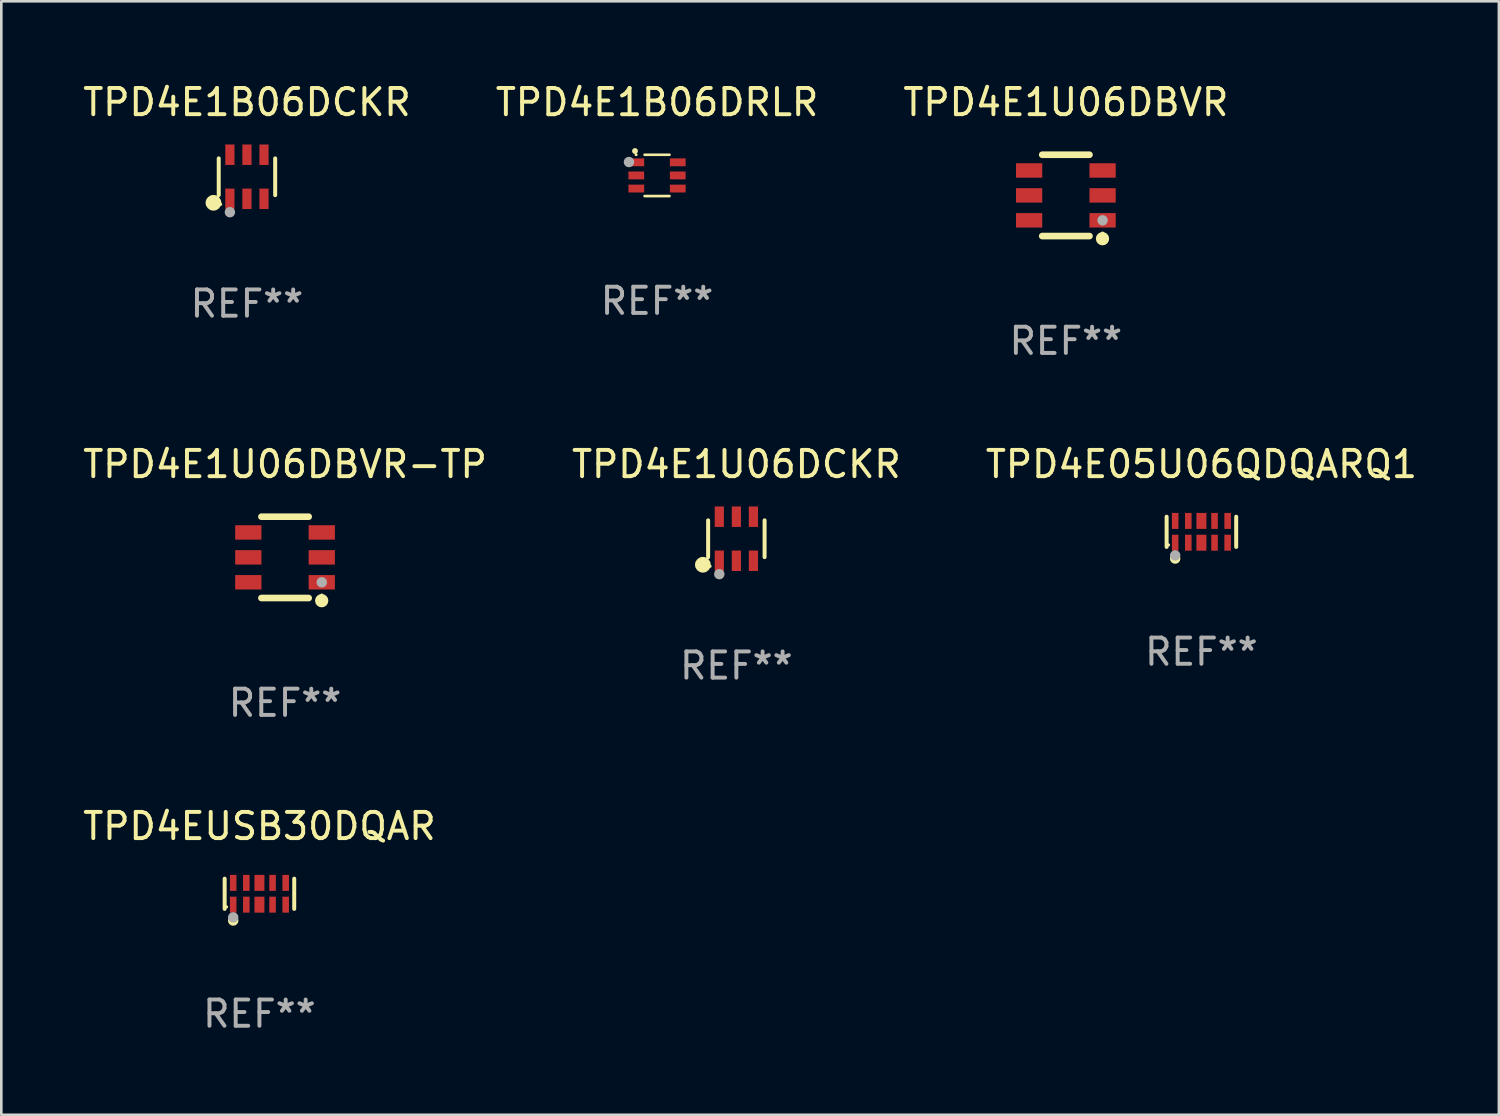
<source format=kicad_pcb>
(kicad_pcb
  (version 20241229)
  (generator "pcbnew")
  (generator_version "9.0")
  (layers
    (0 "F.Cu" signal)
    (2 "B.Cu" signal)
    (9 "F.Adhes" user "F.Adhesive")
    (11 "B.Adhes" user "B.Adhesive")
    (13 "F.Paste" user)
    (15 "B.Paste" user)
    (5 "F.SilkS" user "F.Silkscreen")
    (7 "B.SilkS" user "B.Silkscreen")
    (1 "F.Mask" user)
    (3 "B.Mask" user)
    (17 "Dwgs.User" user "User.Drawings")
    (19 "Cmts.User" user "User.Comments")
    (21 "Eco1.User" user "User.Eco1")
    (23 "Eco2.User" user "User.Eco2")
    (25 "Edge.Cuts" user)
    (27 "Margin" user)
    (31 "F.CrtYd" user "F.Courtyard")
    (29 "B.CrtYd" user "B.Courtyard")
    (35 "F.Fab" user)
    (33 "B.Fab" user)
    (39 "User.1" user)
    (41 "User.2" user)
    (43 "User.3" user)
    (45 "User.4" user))
  (footprint "TPD4E1B06DCKR"
    (layer "F.Cu")
    (at 6.363 3.688)
    (property "Reference" "TPD4E1B06DCKR" (at 0 -2.84 0) (layer "F.SilkS") (effects (font (size 1 1) (thickness 0.15))))
    (attr through_hole)
    (fp_line (start -1.076 0.701) (end -1.076 -0.701) (stroke (width 0.152) (type solid)) (layer "F.SilkS"))
    (fp_line (start 1.076 0.701) (end 1.076 -0.701) (stroke (width 0.152) (type solid)) (layer "F.SilkS"))
    (fp_circle (center -1.277 0.992) (end -1.127 0.992) (stroke (width 0.3) (type solid)) (fill no) (layer "F.SilkS"))
    (fp_circle (center -1 1.05) (end -0.97 1.05) (stroke (width 0.06) (type solid)) (fill no) (layer "F.SilkS"))
    (fp_circle (center -0.65 1.35) (end -0.55 1.35) (stroke (width 0.2) (type solid)) (fill no) (layer "F.Fab"))
    (fp_text user "REF**" (at 0 4.84 0) (layer "F.Fab") (effects (font (size 1 1) (thickness 0.15))))
    (pad "1" smd rect (at -0.65 0.84) (size 0.35 0.78) (layers "F.Cu" "F.Mask" "F.Paste"))
    (pad "2" smd rect (at 0 0.84) (size 0.35 0.78) (layers "F.Cu" "F.Mask" "F.Paste"))
    (pad "3" smd rect (at 0.65 0.84) (size 0.35 0.78) (layers "F.Cu" "F.Mask" "F.Paste"))
    (pad "4" smd rect (at 0.65 -0.84) (size 0.35 0.78) (layers "F.Cu" "F.Mask" "F.Paste"))
    (pad "5" smd rect (at 0 -0.84) (size 0.35 0.78) (layers "F.Cu" "F.Mask" "F.Paste"))
    (pad "6" smd rect (at -0.65 -0.84) (size 0.35 0.78) (layers "F.Cu" "F.Mask" "F.Paste")))
  (footprint "TPD4E1U06DCKR"
    (layer "F.Cu")
    (at 25.018 17.485)
    (property "Reference" "TPD4E1U06DCKR" (at 0 -2.84 0) (layer "F.SilkS") (effects (font (size 1 1) (thickness 0.15))))
    (attr through_hole)
    (fp_line (start -1.076 0.701) (end -1.076 -0.701) (stroke (width 0.152) (type solid)) (layer "F.SilkS"))
    (fp_line (start 1.076 0.701) (end 1.076 -0.701) (stroke (width 0.152) (type solid)) (layer "F.SilkS"))
    (fp_circle (center -1.277 0.992) (end -1.127 0.992) (stroke (width 0.3) (type solid)) (fill no) (layer "F.SilkS"))
    (fp_circle (center -1 1.05) (end -0.97 1.05) (stroke (width 0.06) (type solid)) (fill no) (layer "F.SilkS"))
    (fp_circle (center -0.65 1.35) (end -0.55 1.35) (stroke (width 0.2) (type solid)) (fill no) (layer "F.Fab"))
    (fp_text user "REF**" (at 0 4.84 0) (layer "F.Fab") (effects (font (size 1 1) (thickness 0.15))))
    (pad "1" smd rect (at -0.65 0.84) (size 0.35 0.78) (layers "F.Cu" "F.Mask" "F.Paste"))
    (pad "2" smd rect (at 0 0.84) (size 0.35 0.78) (layers "F.Cu" "F.Mask" "F.Paste"))
    (pad "3" smd rect (at 0.65 0.84) (size 0.35 0.78) (layers "F.Cu" "F.Mask" "F.Paste"))
    (pad "4" smd rect (at 0.65 -0.84) (size 0.35 0.78) (layers "F.Cu" "F.Mask" "F.Paste"))
    (pad "5" smd rect (at 0 -0.84) (size 0.35 0.78) (layers "F.Cu" "F.Mask" "F.Paste"))
    (pad "6" smd rect (at -0.65 -0.84) (size 0.35 0.78) (layers "F.Cu" "F.Mask" "F.Paste")))
  (footprint "TPD4EUSB30DQAR"
    (layer "F.Cu")
    (at 6.839 31.018)
    (property "Reference" "TPD4EUSB30DQAR" (at 0 -2.576 0) (layer "F.SilkS") (effects (font (size 1 1) (thickness 0.15))))
    (attr through_hole)
    (fp_line (start -1.326 0.576) (end -1.326 -0.576) (stroke (width 0.152) (type solid)) (layer "F.SilkS"))
    (fp_line (start 1.326 -0.576) (end 1.326 0.576) (stroke (width 0.152) (type solid)) (layer "F.SilkS"))
    (fp_circle (center -1.25 0.5) (end -1.22 0.5) (stroke (width 0.06) (type solid)) (fill no) (layer "F.SilkS"))
    (fp_circle (center -1 1.019) (end -0.9 1.019) (stroke (width 0.2) (type solid)) (fill no) (layer "F.SilkS"))
    (fp_circle (center -1 0.9) (end -0.9 0.9) (stroke (width 0.2) (type solid)) (fill no) (layer "F.Fab"))
    (fp_text user "REF**" (at 0 4.576 0) (layer "F.Fab") (effects (font (size 1 1) (thickness 0.15))))
    (pad "1" smd rect (at -1 0.415) (size 0.25 0.609) (layers "F.Cu" "F.Mask" "F.Paste"))
    (pad "2" smd rect (at -0.5 0.415) (size 0.25 0.609) (layers "F.Cu" "F.Mask" "F.Paste"))
    (pad "3" smd rect (at 0 0.415) (size 0.38 0.609) (layers "F.Cu" "F.Mask" "F.Paste"))
    (pad "4" smd rect (at 0.5 0.415) (size 0.25 0.609) (layers "F.Cu" "F.Mask" "F.Paste"))
    (pad "5" smd rect (at 1 0.415) (size 0.25 0.609) (layers "F.Cu" "F.Mask" "F.Paste"))
    (pad "6" smd rect (at 1 -0.415) (size 0.25 0.609) (layers "F.Cu" "F.Mask" "F.Paste"))
    (pad "7" smd rect (at 0.5 -0.415) (size 0.25 0.609) (layers "F.Cu" "F.Mask" "F.Paste"))
    (pad "8" smd rect (at 0 -0.415) (size 0.38 0.609) (layers "F.Cu" "F.Mask" "F.Paste"))
    (pad "9" smd rect (at -0.5 -0.415) (size 0.25 0.609) (layers "F.Cu" "F.Mask" "F.Paste"))
    (pad "10" smd rect (at -1 -0.415) (size 0.25 0.609) (layers "F.Cu" "F.Mask" "F.Paste")))
  (footprint "TPD4E1U06DBVR"
    (layer "F.Cu")
    (at 37.577 4.398)
    (property "Reference" "TPD4E1U06DBVR" (at 0 -3.55 0) (layer "F.SilkS") (effects (font (size 1 1) (thickness 0.15))))
    (attr through_hole)
    (fp_line (start -0.9 -1.55) (end 0.9 -1.55) (stroke (width 0.254) (type solid)) (layer "F.SilkS"))
    (fp_line (start -0.9 1.55) (end 0.9 1.55) (stroke (width 0.254) (type solid)) (layer "F.SilkS"))
    (fp_circle (center 1.397 1.651) (end 1.524 1.651) (stroke (width 0.254) (type solid)) (fill no) (layer "F.SilkS"))
    (fp_circle (center 1.4 1.435) (end 1.43 1.435) (stroke (width 0.06) (type solid)) (fill no) (layer "F.SilkS"))
    (fp_circle (center 1.4 0.95) (end 1.5 0.95) (stroke (width 0.2) (type solid)) (fill no) (layer "F.Fab"))
    (fp_text user "REF**" (at 0 5.55 0) (layer "F.Fab") (effects (font (size 1 1) (thickness 0.15))))
    (pad "1" smd rect (at 1.4 0.95) (size 1 0.55) (layers "F.Cu" "F.Mask" "F.Paste"))
    (pad "2" smd rect (at 1.4 -0.000102) (size 1 0.55) (layers "F.Cu" "F.Mask" "F.Paste"))
    (pad "3" smd rect (at 1.4 -0.95) (size 1 0.55) (layers "F.Cu" "F.Mask" "F.Paste"))
    (pad "4" smd rect (at -1.4 -0.95) (size 1 0.55) (layers "F.Cu" "F.Mask" "F.Paste"))
    (pad "5" smd rect (at -1.4 -0.000102) (size 1 0.55) (layers "F.Cu" "F.Mask" "F.Paste"))
    (pad "6" smd rect (at -1.4 0.95) (size 1 0.55) (layers "F.Cu" "F.Mask" "F.Paste")))
  (footprint "TPD4E1U06DBVR-TP"
    (layer "F.Cu")
    (at 7.815 18.195)
    (property "Reference" "TPD4E1U06DBVR-TP" (at 0 -3.55 0) (layer "F.SilkS") (effects (font (size 1 1) (thickness 0.15))))
    (attr through_hole)
    (fp_line (start -0.9 -1.55) (end 0.9 -1.55) (stroke (width 0.254) (type solid)) (layer "F.SilkS"))
    (fp_line (start -0.9 1.55) (end 0.9 1.55) (stroke (width 0.254) (type solid)) (layer "F.SilkS"))
    (fp_circle (center 1.397 1.651) (end 1.524 1.651) (stroke (width 0.254) (type solid)) (fill no) (layer "F.SilkS"))
    (fp_circle (center 1.4 1.435) (end 1.43 1.435) (stroke (width 0.06) (type solid)) (fill no) (layer "F.SilkS"))
    (fp_circle (center 1.4 0.95) (end 1.5 0.95) (stroke (width 0.2) (type solid)) (fill no) (layer "F.Fab"))
    (fp_text user "REF**" (at 0 5.55 0) (layer "F.Fab") (effects (font (size 1 1) (thickness 0.15))))
    (pad "1" smd rect (at 1.4 0.95) (size 1 0.55) (layers "F.Cu" "F.Mask" "F.Paste"))
    (pad "2" smd rect (at 1.4 -0.000102) (size 1 0.55) (layers "F.Cu" "F.Mask" "F.Paste"))
    (pad "3" smd rect (at 1.4 -0.95) (size 1 0.55) (layers "F.Cu" "F.Mask" "F.Paste"))
    (pad "4" smd rect (at -1.4 -0.95) (size 1 0.55) (layers "F.Cu" "F.Mask" "F.Paste"))
    (pad "5" smd rect (at -1.4 -0.000102) (size 1 0.55) (layers "F.Cu" "F.Mask" "F.Paste"))
    (pad "6" smd rect (at -1.4 0.95) (size 1 0.55) (layers "F.Cu" "F.Mask" "F.Paste")))
  (footprint "TPD4E05U06QDQARQ1"
    (layer "F.Cu")
    (at 42.744 17.221)
    (property "Reference" "TPD4E05U06QDQARQ1" (at 0 -2.576 0) (layer "F.SilkS") (effects (font (size 1 1) (thickness 0.15))))
    (attr through_hole)
    (fp_line (start -1.326 0.576) (end -1.326 -0.576) (stroke (width 0.152) (type solid)) (layer "F.SilkS"))
    (fp_line (start 1.326 -0.576) (end 1.326 0.576) (stroke (width 0.152) (type solid)) (layer "F.SilkS"))
    (fp_circle (center -1.25 0.5) (end -1.22 0.5) (stroke (width 0.06) (type solid)) (fill no) (layer "F.SilkS"))
    (fp_circle (center -1 1.019) (end -0.9 1.019) (stroke (width 0.2) (type solid)) (fill no) (layer "F.SilkS"))
    (fp_circle (center -1 0.9) (end -0.9 0.9) (stroke (width 0.2) (type solid)) (fill no) (layer "F.Fab"))
    (fp_text user "REF**" (at 0 4.576 0) (layer "F.Fab") (effects (font (size 1 1) (thickness 0.15))))
    (pad "1" smd rect (at -1 0.415) (size 0.25 0.609) (layers "F.Cu" "F.Mask" "F.Paste"))
    (pad "2" smd rect (at -0.5 0.415) (size 0.25 0.609) (layers "F.Cu" "F.Mask" "F.Paste"))
    (pad "3" smd rect (at 0 0.415) (size 0.38 0.609) (layers "F.Cu" "F.Mask" "F.Paste"))
    (pad "4" smd rect (at 0.5 0.415) (size 0.25 0.609) (layers "F.Cu" "F.Mask" "F.Paste"))
    (pad "5" smd rect (at 1 0.415) (size 0.25 0.609) (layers "F.Cu" "F.Mask" "F.Paste"))
    (pad "6" smd rect (at 1 -0.415) (size 0.25 0.609) (layers "F.Cu" "F.Mask" "F.Paste"))
    (pad "7" smd rect (at 0.5 -0.415) (size 0.25 0.609) (layers "F.Cu" "F.Mask" "F.Paste"))
    (pad "8" smd rect (at 0 -0.415) (size 0.38 0.609) (layers "F.Cu" "F.Mask" "F.Paste"))
    (pad "9" smd rect (at -0.5 -0.415) (size 0.25 0.609) (layers "F.Cu" "F.Mask" "F.Paste"))
    (pad "10" smd rect (at -1 -0.415) (size 0.25 0.609) (layers "F.Cu" "F.Mask" "F.Paste")))
  (footprint "TPD4E1B06DRLR"
    (layer "F.Cu")
    (at 21.994 3.636)
    (property "Reference" "TPD4E1B06DRLR" (at 0 -2.787 0) (layer "F.SilkS") (effects (font (size 1 1) (thickness 0.15))))
    (attr through_hole)
    (fp_line (start 0.475 -0.787) (end -0.475 -0.787) (stroke (width 0.1) (type solid)) (layer "F.SilkS"))
    (fp_line (start 0.475 0.787) (end -0.475 0.787) (stroke (width 0.1) (type solid)) (layer "F.SilkS"))
    (fp_circle (center -0.84 -0.93) (end -0.78 -0.93) (stroke (width 0.102) (type solid)) (fill no) (layer "F.SilkS"))
    (fp_circle (center -0.798 -0.79) (end -0.768 -0.79) (stroke (width 0.06) (type solid)) (fill no) (layer "F.SilkS"))
    (fp_circle (center -1.07 -0.51) (end -0.97 -0.51) (stroke (width 0.2) (type solid)) (fill no) (layer "F.Fab"))
    (fp_text user "REF**" (at 0 4.787 0) (layer "F.Fab") (effects (font (size 1 1) (thickness 0.15))))
    (pad "1" smd rect (at -0.79 -0.499) (size 0.6 0.3) (layers "F.Cu" "F.Mask" "F.Paste"))
    (pad "2" smd rect (at -0.79 0.001) (size 0.6 0.3) (layers "F.Cu" "F.Mask" "F.Paste"))
    (pad "3" smd rect (at -0.79 0.501) (size 0.6 0.3) (layers "F.Cu" "F.Mask" "F.Paste"))
    (pad "4" smd rect (at 0.79 0.501) (size 0.6 0.3) (layers "F.Cu" "F.Mask" "F.Paste"))
    (pad "5" smd rect (at 0.79 0.001) (size 0.6 0.3) (layers "F.Cu" "F.Mask" "F.Paste"))
    (pad "6" smd rect (at 0.79 -0.499) (size 0.6 0.3) (layers "F.Cu" "F.Mask" "F.Paste")))
  (gr_rect
    (start -3 -3)
    (end 54.083 39.442)
    (stroke (width 0.1) (type default))
    (fill no)
    (layer "Edge.Cuts")))
</source>
